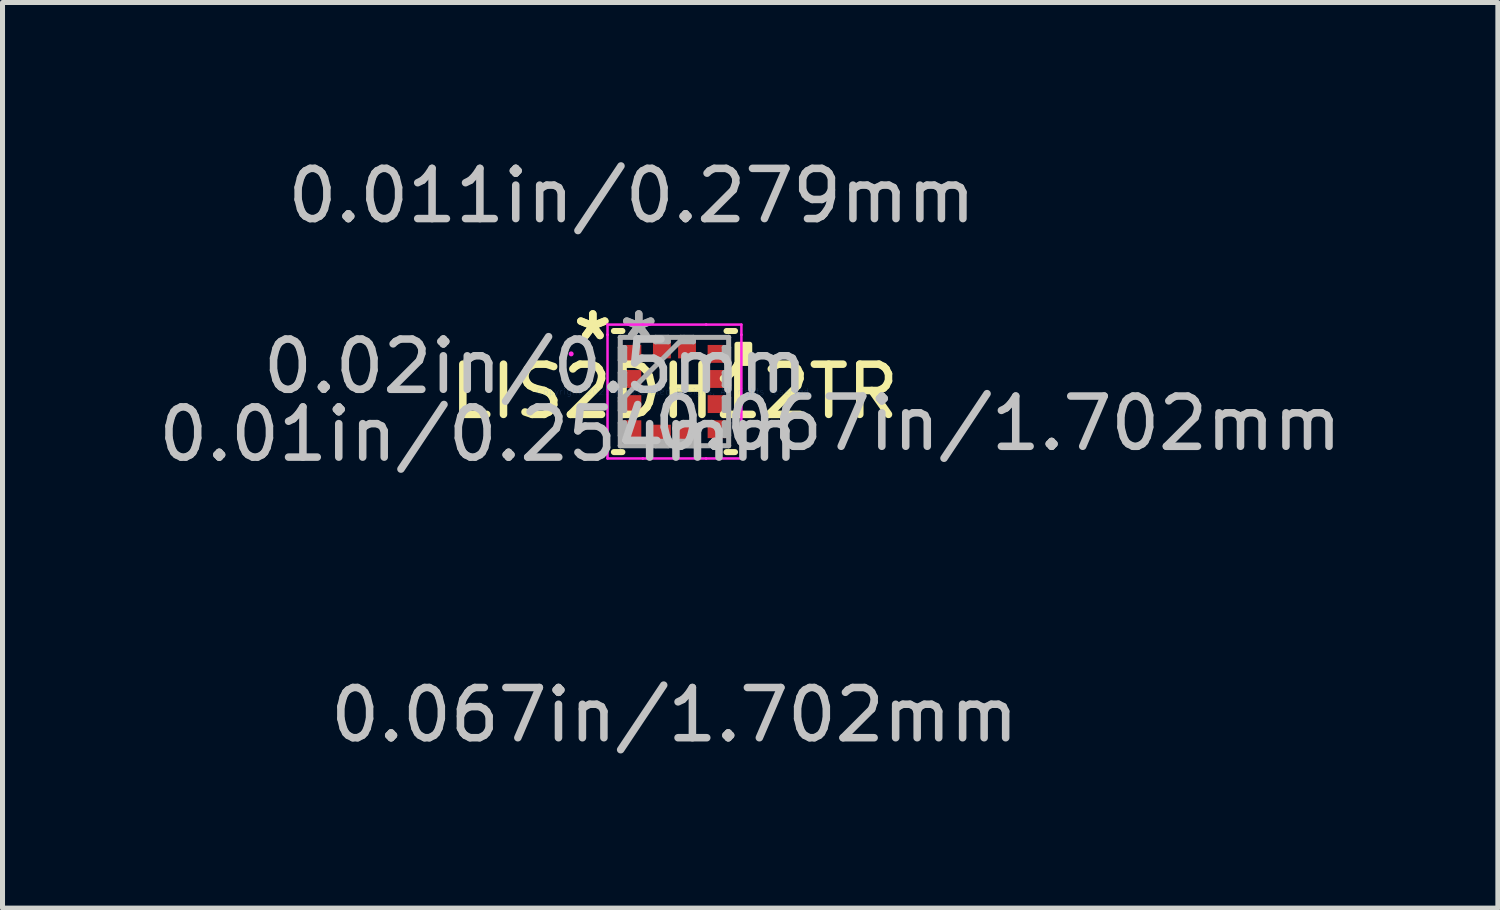
<source format=kicad_pcb>
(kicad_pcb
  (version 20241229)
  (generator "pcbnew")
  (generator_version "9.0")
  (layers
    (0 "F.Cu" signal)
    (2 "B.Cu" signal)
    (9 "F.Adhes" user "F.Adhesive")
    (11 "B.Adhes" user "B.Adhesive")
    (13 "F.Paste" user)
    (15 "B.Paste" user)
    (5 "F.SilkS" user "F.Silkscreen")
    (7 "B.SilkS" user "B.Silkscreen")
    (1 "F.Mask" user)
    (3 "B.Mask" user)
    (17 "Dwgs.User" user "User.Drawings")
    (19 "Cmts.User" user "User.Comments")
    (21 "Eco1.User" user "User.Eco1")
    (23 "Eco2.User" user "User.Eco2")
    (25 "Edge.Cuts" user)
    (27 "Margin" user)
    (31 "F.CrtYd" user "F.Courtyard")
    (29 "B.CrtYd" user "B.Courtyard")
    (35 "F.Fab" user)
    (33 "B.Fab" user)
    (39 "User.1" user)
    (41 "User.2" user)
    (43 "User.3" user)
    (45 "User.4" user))
  (footprint "LIS2DH12TR"
    (layer "F.Cu")
    (at 10.381 4.747)
    (property "Reference" "LIS2DH12TR" (at 0 0 0) (layer "F.SilkS") (effects (font (size 1 1) (thickness 0.15))))
    (attr through_hole)
    (fp_line (start -1.206 1.206) (end -1.037 1.206) (stroke (width 0.12) (type solid)) (layer "F.SilkS"))
    (fp_line (start -1.037 -1.206) (end -1.206 -1.206) (stroke (width 0.12) (type solid)) (layer "F.SilkS"))
    (fp_line (start 1.037 1.206) (end 1.206 1.206) (stroke (width 0.12) (type solid)) (layer "F.SilkS"))
    (fp_line (start 1.206 -1.206) (end 1.037 -1.206) (stroke (width 0.12) (type solid)) (layer "F.SilkS"))
    (fp_poly (pts (xy 1.499 -0.941) (xy 1.499 -0.56) (xy 1.245 -0.56) (xy 1.245 -0.941)) (stroke (width 0.1) (type solid)) (fill yes) (layer "F.SilkS"))
    (fp_line (start -1.333 -1.333) (end -0.631 -1.333) (stroke (width 0.05) (type solid)) (layer "F.CrtYd"))
    (fp_line (start -1.333 -1.131) (end -1.333 -1.333) (stroke (width 0.05) (type solid)) (layer "F.CrtYd"))
    (fp_line (start -1.333 -1.131) (end -1.333 -1.131) (stroke (width 0.05) (type solid)) (layer "F.CrtYd"))
    (fp_line (start -1.333 1.131) (end -1.333 -1.131) (stroke (width 0.05) (type solid)) (layer "F.CrtYd"))
    (fp_line (start -1.333 1.131) (end -1.333 1.131) (stroke (width 0.05) (type solid)) (layer "F.CrtYd"))
    (fp_line (start -1.333 1.333) (end -1.333 1.131) (stroke (width 0.05) (type solid)) (layer "F.CrtYd"))
    (fp_line (start -0.631 -1.333) (end -0.631 -1.333) (stroke (width 0.05) (type solid)) (layer "F.CrtYd"))
    (fp_line (start -0.631 -1.333) (end 0.631 -1.333) (stroke (width 0.05) (type solid)) (layer "F.CrtYd"))
    (fp_line (start -0.631 1.333) (end -1.333 1.333) (stroke (width 0.05) (type solid)) (layer "F.CrtYd"))
    (fp_line (start -0.631 1.333) (end -0.631 1.333) (stroke (width 0.05) (type solid)) (layer "F.CrtYd"))
    (fp_line (start 0.631 -1.333) (end 0.631 -1.333) (stroke (width 0.05) (type solid)) (layer "F.CrtYd"))
    (fp_line (start 0.631 -1.333) (end 1.333 -1.333) (stroke (width 0.05) (type solid)) (layer "F.CrtYd"))
    (fp_line (start 0.631 1.333) (end -0.631 1.333) (stroke (width 0.05) (type solid)) (layer "F.CrtYd"))
    (fp_line (start 0.631 1.333) (end 0.631 1.333) (stroke (width 0.05) (type solid)) (layer "F.CrtYd"))
    (fp_line (start 1.333 -1.333) (end 1.333 -1.131) (stroke (width 0.05) (type solid)) (layer "F.CrtYd"))
    (fp_line (start 1.333 -1.131) (end 1.333 -1.131) (stroke (width 0.05) (type solid)) (layer "F.CrtYd"))
    (fp_line (start 1.333 -1.131) (end 1.333 1.131) (stroke (width 0.05) (type solid)) (layer "F.CrtYd"))
    (fp_line (start 1.333 1.131) (end 1.333 1.131) (stroke (width 0.05) (type solid)) (layer "F.CrtYd"))
    (fp_line (start 1.333 1.131) (end 1.333 1.333) (stroke (width 0.05) (type solid)) (layer "F.CrtYd"))
    (fp_line (start 1.333 1.333) (end 0.631 1.333) (stroke (width 0.05) (type solid)) (layer "F.CrtYd"))
    (fp_circle (center -2.057 -0.75) (end -2.057 -0.75) (stroke (width 0.05) (type solid)) (fill no) (layer "F.CrtYd"))
    (fp_line (start -1.079 -1.079) (end -1.079 -1.079) (stroke (width 0.1) (type solid)) (layer "F.Fab"))
    (fp_line (start -1.079 -1.079) (end -1.079 1.079) (stroke (width 0.1) (type solid)) (layer "F.Fab"))
    (fp_line (start -1.079 -0.877) (end -0.991 -0.877) (stroke (width 0.1) (type solid)) (layer "F.Fab"))
    (fp_line (start -1.079 -0.623) (end -1.079 -0.877) (stroke (width 0.1) (type solid)) (layer "F.Fab"))
    (fp_line (start -1.079 -0.377) (end -0.991 -0.377) (stroke (width 0.1) (type solid)) (layer "F.Fab"))
    (fp_line (start -1.079 -0.123) (end -1.079 -0.377) (stroke (width 0.1) (type solid)) (layer "F.Fab"))
    (fp_line (start -1.079 0.123) (end -0.991 0.123) (stroke (width 0.1) (type solid)) (layer "F.Fab"))
    (fp_line (start -1.079 0.191) (end 0.191 -1.079) (stroke (width 0.1) (type solid)) (layer "F.Fab"))
    (fp_line (start -1.079 0.377) (end -1.079 0.123) (stroke (width 0.1) (type solid)) (layer "F.Fab"))
    (fp_line (start -1.079 0.623) (end -0.991 0.623) (stroke (width 0.1) (type solid)) (layer "F.Fab"))
    (fp_line (start -1.079 0.877) (end -1.079 0.623) (stroke (width 0.1) (type solid)) (layer "F.Fab"))
    (fp_line (start -1.079 1.079) (end -1.079 1.079) (stroke (width 0.1) (type solid)) (layer "F.Fab"))
    (fp_line (start -1.079 1.079) (end 1.079 1.079) (stroke (width 0.1) (type solid)) (layer "F.Fab"))
    (fp_line (start -0.991 -0.877) (end -0.991 -0.623) (stroke (width 0.1) (type solid)) (layer "F.Fab"))
    (fp_line (start -0.991 -0.623) (end -1.079 -0.623) (stroke (width 0.1) (type solid)) (layer "F.Fab"))
    (fp_line (start -0.991 -0.377) (end -0.991 -0.123) (stroke (width 0.1) (type solid)) (layer "F.Fab"))
    (fp_line (start -0.991 -0.123) (end -1.079 -0.123) (stroke (width 0.1) (type solid)) (layer "F.Fab"))
    (fp_line (start -0.991 0.123) (end -0.991 0.377) (stroke (width 0.1) (type solid)) (layer "F.Fab"))
    (fp_line (start -0.991 0.377) (end -1.079 0.377) (stroke (width 0.1) (type solid)) (layer "F.Fab"))
    (fp_line (start -0.991 0.623) (end -0.991 0.877) (stroke (width 0.1) (type solid)) (layer "F.Fab"))
    (fp_line (start -0.991 0.877) (end -1.079 0.877) (stroke (width 0.1) (type solid)) (layer "F.Fab"))
    (fp_line (start -0.377 -1.079) (end -0.123 -1.079) (stroke (width 0.1) (type solid)) (layer "F.Fab"))
    (fp_line (start -0.377 -0.991) (end -0.377 -1.079) (stroke (width 0.1) (type solid)) (layer "F.Fab"))
    (fp_line (start -0.377 0.991) (end -0.123 0.991) (stroke (width 0.1) (type solid)) (layer "F.Fab"))
    (fp_line (start -0.377 1.079) (end -0.377 0.991) (stroke (width 0.1) (type solid)) (layer "F.Fab"))
    (fp_line (start -0.123 -1.079) (end -0.123 -0.991) (stroke (width 0.1) (type solid)) (layer "F.Fab"))
    (fp_line (start -0.123 -0.991) (end -0.377 -0.991) (stroke (width 0.1) (type solid)) (layer "F.Fab"))
    (fp_line (start -0.123 0.991) (end -0.123 1.079) (stroke (width 0.1) (type solid)) (layer "F.Fab"))
    (fp_line (start -0.123 1.079) (end -0.377 1.079) (stroke (width 0.1) (type solid)) (layer "F.Fab"))
    (fp_line (start 0.123 -1.079) (end 0.377 -1.079) (stroke (width 0.1) (type solid)) (layer "F.Fab"))
    (fp_line (start 0.123 -0.991) (end 0.123 -1.079) (stroke (width 0.1) (type solid)) (layer "F.Fab"))
    (fp_line (start 0.123 0.991) (end 0.377 0.991) (stroke (width 0.1) (type solid)) (layer "F.Fab"))
    (fp_line (start 0.123 1.079) (end 0.123 0.991) (stroke (width 0.1) (type solid)) (layer "F.Fab"))
    (fp_line (start 0.377 -1.079) (end 0.377 -0.991) (stroke (width 0.1) (type solid)) (layer "F.Fab"))
    (fp_line (start 0.377 -0.991) (end 0.123 -0.991) (stroke (width 0.1) (type solid)) (layer "F.Fab"))
    (fp_line (start 0.377 0.991) (end 0.377 1.079) (stroke (width 0.1) (type solid)) (layer "F.Fab"))
    (fp_line (start 0.377 1.079) (end 0.123 1.079) (stroke (width 0.1) (type solid)) (layer "F.Fab"))
    (fp_line (start 0.991 -0.877) (end 1.079 -0.877) (stroke (width 0.1) (type solid)) (layer "F.Fab"))
    (fp_line (start 0.991 -0.623) (end 0.991 -0.877) (stroke (width 0.1) (type solid)) (layer "F.Fab"))
    (fp_line (start 0.991 -0.377) (end 1.079 -0.377) (stroke (width 0.1) (type solid)) (layer "F.Fab"))
    (fp_line (start 0.991 -0.123) (end 0.991 -0.377) (stroke (width 0.1) (type solid)) (layer "F.Fab"))
    (fp_line (start 0.991 0.123) (end 1.079 0.123) (stroke (width 0.1) (type solid)) (layer "F.Fab"))
    (fp_line (start 0.991 0.377) (end 0.991 0.123) (stroke (width 0.1) (type solid)) (layer "F.Fab"))
    (fp_line (start 0.991 0.623) (end 1.079 0.623) (stroke (width 0.1) (type solid)) (layer "F.Fab"))
    (fp_line (start 0.991 0.877) (end 0.991 0.623) (stroke (width 0.1) (type solid)) (layer "F.Fab"))
    (fp_line (start 1.079 -1.079) (end -1.079 -1.079) (stroke (width 0.1) (type solid)) (layer "F.Fab"))
    (fp_line (start 1.079 -1.079) (end 1.079 -1.079) (stroke (width 0.1) (type solid)) (layer "F.Fab"))
    (fp_line (start 1.079 -0.877) (end 1.079 -0.623) (stroke (width 0.1) (type solid)) (layer "F.Fab"))
    (fp_line (start 1.079 -0.623) (end 0.991 -0.623) (stroke (width 0.1) (type solid)) (layer "F.Fab"))
    (fp_line (start 1.079 -0.377) (end 1.079 -0.123) (stroke (width 0.1) (type solid)) (layer "F.Fab"))
    (fp_line (start 1.079 -0.123) (end 0.991 -0.123) (stroke (width 0.1) (type solid)) (layer "F.Fab"))
    (fp_line (start 1.079 0.123) (end 1.079 0.377) (stroke (width 0.1) (type solid)) (layer "F.Fab"))
    (fp_line (start 1.079 0.377) (end 0.991 0.377) (stroke (width 0.1) (type solid)) (layer "F.Fab"))
    (fp_line (start 1.079 0.623) (end 1.079 0.877) (stroke (width 0.1) (type solid)) (layer "F.Fab"))
    (fp_line (start 1.079 0.877) (end 0.991 0.877) (stroke (width 0.1) (type solid)) (layer "F.Fab"))
    (fp_line (start 1.079 1.079) (end 1.079 -1.079) (stroke (width 0.1) (type solid)) (layer "F.Fab"))
    (fp_line (start 1.079 1.079) (end 1.079 1.079) (stroke (width 0.1) (type solid)) (layer "F.Fab"))
    (fp_text user "*" (at -1.626 -1 0) (layer "F.SilkS") (effects (font (size 1 1) (thickness 0.15))))
    (fp_text user "*" (at -1.626 -1 0) (layer "F.SilkS") (effects (font (size 1 1) (thickness 0.15))))
    (fp_text user "0.01in/0.254mm" (at -3.899 0.851 0) (layer "Dwgs.User") (effects (font (size 1 1) (thickness 0.15))))
    (fp_text user "0.011in/0.279mm" (at -0.851 -3.899 0) (layer "Dwgs.User") (effects (font (size 1 1) (thickness 0.15))))
    (fp_text user "0.067in/1.702mm" (at 6.439 0.635 0) (layer "Dwgs.User") (effects (font (size 1 1) (thickness 0.15))))
    (fp_text user "0.02in/0.5mm" (at -2.769 -0.5 0) (layer "Dwgs.User") (effects (font (size 1 1) (thickness 0.15))))
    (fp_text user "0.067in/1.702mm" (at 0 6.439 0) (layer "Dwgs.User") (effects (font (size 1 1) (thickness 0.15))))
    (fp_text user "Copyright 2021 Accelerated Designs. All rights reserved." (at 0 0 0) (layer "Cmts.User") (effects (font (size 0.127 0.127) (thickness 0.002))))
    (fp_text user "*" (at -0.711 -1 0) (layer "F.Fab") (effects (font (size 1 1) (thickness 0.15))))
    (fp_text user "*" (at -0.711 -1 0) (layer "F.Fab") (effects (font (size 1 1) (thickness 0.15))))
    (pad "1" smd rect (at -0.851 -0.75 90) (size 0.356 0.381) (layers "F.Cu" "F.Mask" "F.Paste"))
    (pad "2" smd rect (at -0.851 -0.25 90) (size 0.356 0.381) (layers "F.Cu" "F.Mask" "F.Paste"))
    (pad "3" smd rect (at -0.851 0.25 90) (size 0.356 0.381) (layers "F.Cu" "F.Mask" "F.Paste"))
    (pad "4" smd rect (at -0.851 0.75 90) (size 0.356 0.381) (layers "F.Cu" "F.Mask" "F.Paste"))
    (pad "5" smd rect (at -0.25 0.851) (size 0.356 0.381) (layers "F.Cu" "F.Mask" "F.Paste"))
    (pad "6" smd rect (at 0.25 0.851) (size 0.356 0.381) (layers "F.Cu" "F.Mask" "F.Paste"))
    (pad "7" smd rect (at 0.851 0.75 90) (size 0.356 0.381) (layers "F.Cu" "F.Mask" "F.Paste"))
    (pad "8" smd rect (at 0.851 0.25 90) (size 0.356 0.381) (layers "F.Cu" "F.Mask" "F.Paste"))
    (pad "9" smd rect (at 0.851 -0.25 90) (size 0.356 0.381) (layers "F.Cu" "F.Mask" "F.Paste"))
    (pad "10" smd rect (at 0.851 -0.75 90) (size 0.356 0.381) (layers "F.Cu" "F.Mask" "F.Paste"))
    (pad "11" smd rect (at 0.25 -0.851) (size 0.356 0.381) (layers "F.Cu" "F.Mask" "F.Paste"))
    (pad "12" smd rect (at -0.25 -0.851) (size 0.356 0.381) (layers "F.Cu" "F.Mask" "F.Paste")))
  (gr_rect
    (start -3 -3)
    (end 26.778 15.034)
    (stroke (width 0.1) (type default))
    (fill no)
    (layer "Edge.Cuts")))
</source>
